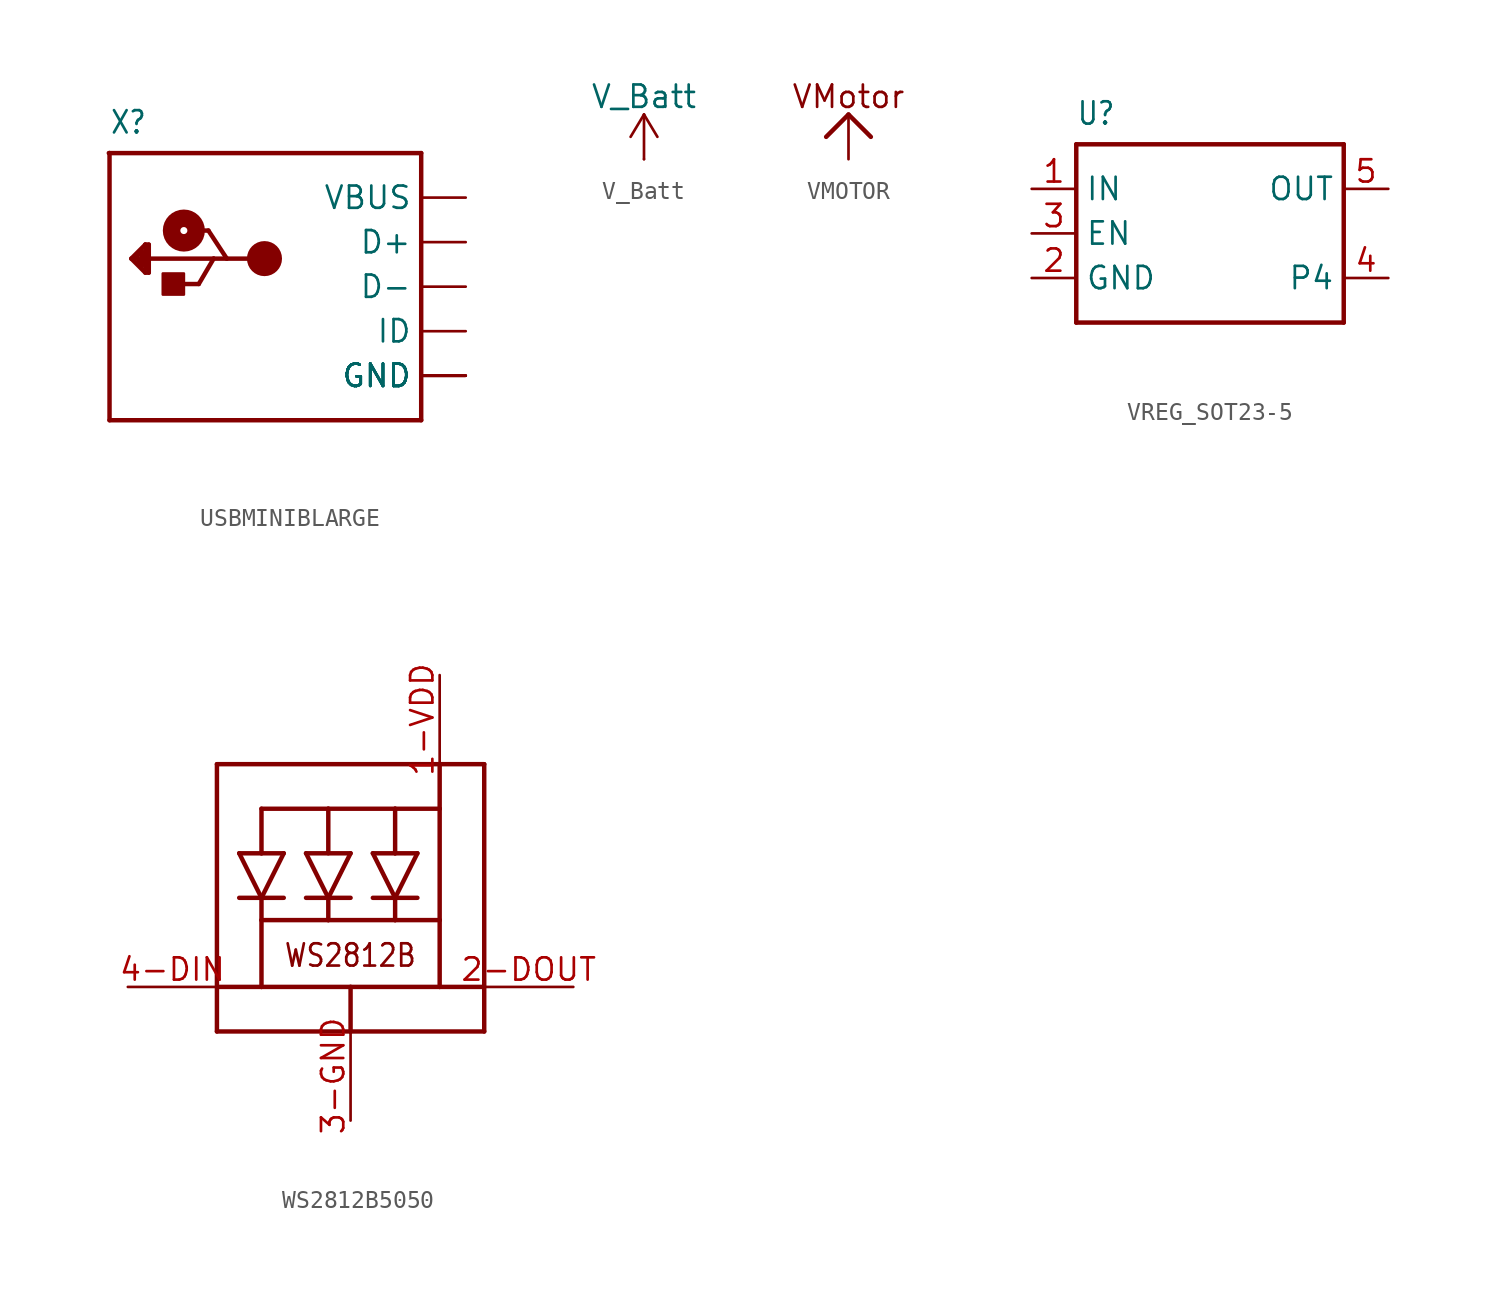
<source format=kicad_sym>
(kicad_symbol_lib
  (version 20241209)
  (generator "kicad_symbol_editor")
  (generator_version "9.0")
  (symbol "USBMINIBLARGE"
    (property "Reference" "X"
      (at -10.16 8.636 0)
      (effects (font (size 1.27 1.079)) (justify left bottom)))
    (property "Value" ""
      (at -10.16 -10.16 0)
      (effects (font (size 1.27 1.079)) (justify left bottom)))
    (property "ki_locked" ""
      (at 0 0 0)
      (effects (font (size 1.27 1.27))))
    (symbol "USBMINIBLARGE_1_0"
      (polyline (pts (xy -10.2 7.62) (xy -10.16 7.62)) (stroke (width 0.254) (type solid)) (fill (type none)))
      (polyline (pts (xy -10.16 7.62) (xy -10.16 -7.62)) (stroke (width 0.254) (type solid)) (fill (type none)))
      (polyline (pts (xy -10.16 7.62) (xy 7.62 7.62)) (stroke (width 0.254) (type solid)) (fill (type none)))
      (polyline (pts (xy -10.16 -7.62) (xy 7.62 -7.62)) (stroke (width 0.254) (type solid)) (fill (type none)))
      (polyline (pts (xy -8.92 1.6) (xy -8.12 2.4)) (stroke (width 0.254) (type solid)) (fill (type none)))
      (polyline (pts (xy -8.52 1.6) (xy -8.52 1.4)) (stroke (width 0.254) (type solid)) (fill (type none)))
      (polyline (pts (xy -8.52 1.4) (xy -8.32 1.2)) (stroke (width 0.254) (type solid)) (fill (type none)))
      (polyline (pts (xy -8.32 2) (xy -8.72 1.6)) (stroke (width 0.254) (type solid)) (fill (type none)))
      (polyline (pts (xy -8.32 1.2) (xy -8.32 2)) (stroke (width 0.254) (type solid)) (fill (type none)))
      (polyline (pts (xy -8.12 2.4) (xy -7.92 2.4)) (stroke (width 0.254) (type solid)) (fill (type none)))
      (polyline (pts (xy -8.12 1) (xy -8.12 2.4)) (stroke (width 0.254) (type solid)) (fill (type none)))
      (polyline (pts (xy -8.12 0.8) (xy -8.92 1.6)) (stroke (width 0.254) (type solid)) (fill (type none)))
      (polyline (pts (xy -7.92 2.4) (xy -7.92 1.6)) (stroke (width 0.254) (type solid)) (fill (type none)))
      (polyline (pts (xy -7.92 1.6) (xy -7.92 0.8)) (stroke (width 0.254) (type solid)) (fill (type none)))
      (polyline (pts (xy -7.92 0.8) (xy -8.12 0.8)) (stroke (width 0.254) (type solid)) (fill (type none)))
      (rectangle (start -7.12 -0.45) (end -5.92 0.75) (stroke (width 0) (type default)) (fill (type outline)))
      (polyline (pts (xy -6.27 0.15) (xy -5.07 0.15)) (stroke (width 0.254) (type solid)) (fill (type none)))
      (circle (center -5.92 3.2) (radius 0.2) (stroke (width 1) (type solid)) (fill (type none)))
      (polyline (pts (xy -5.52 3.2) (xy -4.52 3.2)) (stroke (width 0.254) (type solid)) (fill (type none)))
      (polyline (pts (xy -5.07 0.15) (xy -4.22 1.6)) (stroke (width 0.254) (type solid)) (fill (type none)))
      (polyline (pts (xy -4.52 3.2) (xy -3.47 1.6)) (stroke (width 0.254) (type solid)) (fill (type none)))
      (polyline (pts (xy -4.22 1.6) (xy -7.92 1.6)) (stroke (width 0.254) (type solid)) (fill (type none)))
      (polyline (pts (xy -3.47 1.6) (xy -4.22 1.6)) (stroke (width 0.254) (type solid)) (fill (type none)))
      (circle (center -1.32 1.6) (radius 0.5) (stroke (width 1) (type solid)) (fill (type none)))
      (polyline (pts (xy -1.32 1.6) (xy -3.47 1.6)) (stroke (width 0.254) (type solid)) (fill (type none)))
      (polyline (pts (xy 7.62 7.62) (xy 7.62 -7.62)) (stroke (width 0.254) (type solid)) (fill (type none)))
      (pin power_in line (at 10.16 5.08 180) (length 2.54) (name "VBUS" (effects (font (size 1.27 1.27)))) (number "VBUS" (effects (font (size 0 0)))))
      (pin bidirectional line (at 10.16 2.54 180) (length 2.54) (name "D+" (effects (font (size 1.27 1.27)))) (number "D+" (effects (font (size 0 0)))))
      (pin bidirectional line (at 10.16 0 180) (length 2.54) (name "D-" (effects (font (size 1.27 1.27)))) (number "D-" (effects (font (size 0 0)))))
      (pin bidirectional line (at 10.16 -2.54 180) (length 2.54) (name "ID" (effects (font (size 1.27 1.27)))) (number "ID" (effects (font (size 0 0)))))
      (pin power_in line (at 10.16 -5.08 180) (length 2.54) (name "GND" (effects (font (size 1.27 1.27)))) (number "GND" (effects (font (size 0 0)))))
      (pin power_in line (at 10.16 -5.08 180) (length 2.54) (name "GND" (effects (font (size 1.27 1.27)))) (number "GND1" (effects (font (size 0 0)))))
      (pin power_in line (at 10.16 -5.08 180) (length 2.54) (name "GND" (effects (font (size 1.27 1.27)))) (number "GND2" (effects (font (size 0 0)))))
      (pin power_in line (at 10.16 -5.08 180) (length 2.54) (name "GND" (effects (font (size 1.27 1.27)))) (number "GND3" (effects (font (size 0 0)))))
      (pin power_in line (at 10.16 -5.08 180) (length 2.54) (name "GND" (effects (font (size 1.27 1.27)))) (number "GND4" (effects (font (size 0 0)))))))
  (symbol "V_Batt"
    (power)
    (pin_numbers
      (hide yes))
    (pin_names
      (offset 0)
      (hide yes))
    (property "Reference" "#PWR"
      (at 0 -3.81 0)
      (effects (font (size 1.27 1.27)) (hide yes)))
    (property "Value" "V_Batt"
      (at 0 3.556 0)
      (effects (font (size 1.27 1.27))))
    (symbol "V_Batt_0_1"
      (polyline (pts (xy -0.762 1.27) (xy 0 2.54)) (stroke (width 0) (type default)) (fill (type none)))
      (polyline (pts (xy 0 2.54) (xy 0.762 1.27)) (stroke (width 0) (type default)) (fill (type none)))
      (polyline (pts (xy 0 0) (xy 0 2.54)) (stroke (width 0) (type default)) (fill (type none))))
    (symbol "V_Batt_1_1"
      (pin power_in line (at 0 0 90) (length 0) (name "~" (effects (font (size 1.27 1.27)))) (number "1" (effects (font (size 1.27 1.27)))))))
  (symbol "VMOTOR"
    (power)
    (property "Reference" ""
      (at 0 0 0)
      (effects (font (size 1.27 1.27)) (hide yes)))
    (property "Value" ""
      (at -1.524 1.016 0)
      (effects (font (size 1.27 1.079)) (justify left bottom)))
    (property "ki_locked" ""
      (at 0 0 0)
      (effects (font (size 1.27 1.27))))
    (symbol "VMOTOR_1_0"
      (polyline (pts (xy -1.27 -1.27) (xy 0 0)) (stroke (width 0.254) (type solid)) (fill (type none)))
      (polyline (pts (xy 0 0) (xy 1.27 -1.27)) (stroke (width 0.254) (type solid)) (fill (type none)))
      (pin power_in line (at 0 -2.54 90) (length 2.54) (name "VMOTOR" (effects (font (size 0 0)))) (number "1" (effects (font (size 0 0))))))
    (symbol "VMOTOR_1_1"
      (text "VMotor" (at 0 1.016 0) (effects (font (size 1.27 1.27))))))
  (symbol "VREG_SOT23-5"
    (property "Reference" "U"
      (at -7.62 6.096 0)
      (effects (font (size 1.27 1.079)) (justify left bottom)))
    (property "Value" ""
      (at -7.62 -7.62 0)
      (effects (font (size 1.27 1.079)) (justify left bottom)))
    (property "ki_locked" ""
      (at 0 0 0)
      (effects (font (size 1.27 1.27))))
    (symbol "VREG_SOT23-5_1_0"
      (polyline (pts (xy -7.62 5.08) (xy 7.62 5.08)) (stroke (width 0.254) (type solid)) (fill (type none)))
      (polyline (pts (xy -7.62 -5.08) (xy -7.62 5.08)) (stroke (width 0.254) (type solid)) (fill (type none)))
      (polyline (pts (xy 7.62 5.08) (xy 7.62 -5.08)) (stroke (width 0.254) (type solid)) (fill (type none)))
      (polyline (pts (xy 7.62 -5.08) (xy -7.62 -5.08)) (stroke (width 0.254) (type solid)) (fill (type none)))
      (pin power_in line (at -10.16 2.54 0) (length 2.54) (name "IN" (effects (font (size 1.27 1.27)))) (number "1" (effects (font (size 1.27 1.27)))))
      (pin input line (at -10.16 0 0) (length 2.54) (name "EN" (effects (font (size 1.27 1.27)))) (number "3" (effects (font (size 1.27 1.27)))))
      (pin power_in line (at -10.16 -2.54 0) (length 2.54) (name "GND" (effects (font (size 1.27 1.27)))) (number "2" (effects (font (size 1.27 1.27)))))
      (pin power_in line (at 10.16 2.54 180) (length 2.54) (name "OUT" (effects (font (size 1.27 1.27)))) (number "5" (effects (font (size 1.27 1.27)))))
      (pin bidirectional line (at 10.16 -2.54 180) (length 2.54) (name "P4" (effects (font (size 1.27 1.27)))) (number "4" (effects (font (size 1.27 1.27)))))))
  (symbol "WS2812B5050"
    (property "Reference" "LED"
      (at 0 0 0)
      (effects (font (size 1.27 1.27)) (hide yes)))
    (property "ki_locked" ""
      (at 0 0 0)
      (effects (font (size 1.27 1.27))))
    (symbol "WS2812B5050_1_0"
      (polyline (pts (xy -7.62 10.16) (xy -7.62 -2.54)) (stroke (width 0.254) (type solid)) (fill (type none)))
      (polyline (pts (xy -7.62 -2.54) (xy -7.62 -5.08)) (stroke (width 0.254) (type solid)) (fill (type none)))
      (polyline (pts (xy -7.62 -5.08) (xy 0 -5.08)) (stroke (width 0.254) (type solid)) (fill (type none)))
      (polyline (pts (xy -6.35 5.08) (xy -5.08 5.08)) (stroke (width 0.254) (type solid)) (fill (type none)))
      (polyline (pts (xy -6.35 2.54) (xy -5.08 2.54)) (stroke (width 0.254) (type solid)) (fill (type none)))
      (polyline (pts (xy -5.08 7.62) (xy -5.08 5.08)) (stroke (width 0.254) (type solid)) (fill (type none)))
      (polyline (pts (xy -5.08 5.08) (xy -3.81 5.08)) (stroke (width 0.254) (type solid)) (fill (type none)))
      (polyline (pts (xy -5.08 2.54) (xy -6.35 5.08)) (stroke (width 0.254) (type solid)) (fill (type none)))
      (polyline (pts (xy -5.08 2.54) (xy -5.08 1.27)) (stroke (width 0.254) (type solid)) (fill (type none)))
      (polyline (pts (xy -5.08 2.54) (xy -3.81 5.08)) (stroke (width 0.254) (type solid)) (fill (type none)))
      (polyline (pts (xy -5.08 1.27) (xy -5.08 -2.54)) (stroke (width 0.254) (type solid)) (fill (type none)))
      (polyline (pts (xy -5.08 -2.54) (xy -7.62 -2.54)) (stroke (width 0.254) (type solid)) (fill (type none)))
      (polyline (pts (xy -5.08 -2.54) (xy 0 -2.54)) (stroke (width 0.254) (type solid)) (fill (type none)))
      (polyline (pts (xy -3.81 2.54) (xy -5.08 2.54)) (stroke (width 0.254) (type solid)) (fill (type none)))
      (polyline (pts (xy -2.54 5.08) (xy 0 5.08)) (stroke (width 0.254) (type solid)) (fill (type none)))
      (polyline (pts (xy -2.54 2.54) (xy -1.27 2.54)) (stroke (width 0.254) (type solid)) (fill (type none)))
      (polyline (pts (xy -1.27 7.62) (xy -5.08 7.62)) (stroke (width 0.254) (type solid)) (fill (type none)))
      (polyline (pts (xy -1.27 5.08) (xy -1.27 7.62)) (stroke (width 0.254) (type solid)) (fill (type none)))
      (polyline (pts (xy -1.27 2.54) (xy -2.54 5.08)) (stroke (width 0.254) (type solid)) (fill (type none)))
      (polyline (pts (xy -1.27 2.54) (xy -1.27 1.27)) (stroke (width 0.254) (type solid)) (fill (type none)))
      (polyline (pts (xy -1.27 2.54) (xy 0 2.54)) (stroke (width 0.254) (type solid)) (fill (type none)))
      (polyline (pts (xy -1.27 1.27) (xy -5.08 1.27)) (stroke (width 0.254) (type solid)) (fill (type none)))
      (polyline (pts (xy 0 5.08) (xy -1.27 2.54)) (stroke (width 0.254) (type solid)) (fill (type none)))
      (polyline (pts (xy 0 -2.54) (xy 0 -5.08)) (stroke (width 0.254) (type solid)) (fill (type none)))
      (polyline (pts (xy 0 -2.54) (xy 5.08 -2.54)) (stroke (width 0.254) (type solid)) (fill (type none)))
      (polyline (pts (xy 0 -5.08) (xy 7.62 -5.08)) (stroke (width 0.254) (type solid)) (fill (type none)))
      (polyline (pts (xy 1.27 5.08) (xy 2.54 5.08)) (stroke (width 0.254) (type solid)) (fill (type none)))
      (polyline (pts (xy 1.27 5.08) (xy 2.54 2.54)) (stroke (width 0.254) (type solid)) (fill (type none)))
      (polyline (pts (xy 2.54 7.62) (xy -1.27 7.62)) (stroke (width 0.254) (type solid)) (fill (type none)))
      (polyline (pts (xy 2.54 7.62) (xy 5.08 7.62)) (stroke (width 0.254) (type solid)) (fill (type none)))
      (polyline (pts (xy 2.54 5.08) (xy 2.54 7.62)) (stroke (width 0.254) (type solid)) (fill (type none)))
      (polyline (pts (xy 2.54 2.54) (xy 1.27 2.54)) (stroke (width 0.254) (type solid)) (fill (type none)))
      (polyline (pts (xy 2.54 2.54) (xy 2.54 1.27)) (stroke (width 0.254) (type solid)) (fill (type none)))
      (polyline (pts (xy 2.54 2.54) (xy 3.81 5.08)) (stroke (width 0.254) (type solid)) (fill (type none)))
      (polyline (pts (xy 2.54 2.54) (xy 3.81 2.54)) (stroke (width 0.254) (type solid)) (fill (type none)))
      (polyline (pts (xy 2.54 1.27) (xy -1.27 1.27)) (stroke (width 0.254) (type solid)) (fill (type none)))
      (polyline (pts (xy 3.81 5.08) (xy 2.54 5.08)) (stroke (width 0.254) (type solid)) (fill (type none)))
      (polyline (pts (xy 5.08 10.16) (xy -7.62 10.16)) (stroke (width 0.254) (type solid)) (fill (type none)))
      (polyline (pts (xy 5.08 10.16) (xy 5.08 7.62)) (stroke (width 0.254) (type solid)) (fill (type none)))
      (polyline (pts (xy 5.08 7.62) (xy 5.08 1.27)) (stroke (width 0.254) (type solid)) (fill (type none)))
      (polyline (pts (xy 5.08 1.27) (xy 2.54 1.27)) (stroke (width 0.254) (type solid)) (fill (type none)))
      (polyline (pts (xy 5.08 -2.54) (xy 5.08 1.27)) (stroke (width 0.254) (type solid)) (fill (type none)))
      (polyline (pts (xy 5.08 -2.54) (xy 7.62 -2.54)) (stroke (width 0.254) (type solid)) (fill (type none)))
      (polyline (pts (xy 7.62 10.16) (xy 5.08 10.16)) (stroke (width 0.254) (type solid)) (fill (type none)))
      (polyline (pts (xy 7.62 -2.54) (xy 7.62 10.16)) (stroke (width 0.254) (type solid)) (fill (type none)))
      (polyline (pts (xy 7.62 -5.08) (xy 7.62 -2.54)) (stroke (width 0.254) (type solid)) (fill (type none)))
      (text "WS2812B" (at 3.81 0 0) (effects (font (size 1.27 1.079)) (justify right top)))
      (pin input line (at -12.7 -2.54 0) (length 5.08) (name "DI" (effects (font (size 0 0)))) (number "4-DIN" (effects (font (size 1.27 1.27)))))
      (pin power_in line (at 0 -10.16 90) (length 5.08) (name "GND" (effects (font (size 0 0)))) (number "3-GND" (effects (font (size 1.27 1.27)))))
      (pin power_in line (at 5.08 15.24 270) (length 5.08) (name "VDD" (effects (font (size 0 0)))) (number "1-VDD" (effects (font (size 1.27 1.27)))))
      (pin output line (at 12.7 -2.54 180) (length 5.08) (name "DO" (effects (font (size 0 0)))) (number "2-DOUT" (effects (font (size 1.27 1.27))))))))
</source>
